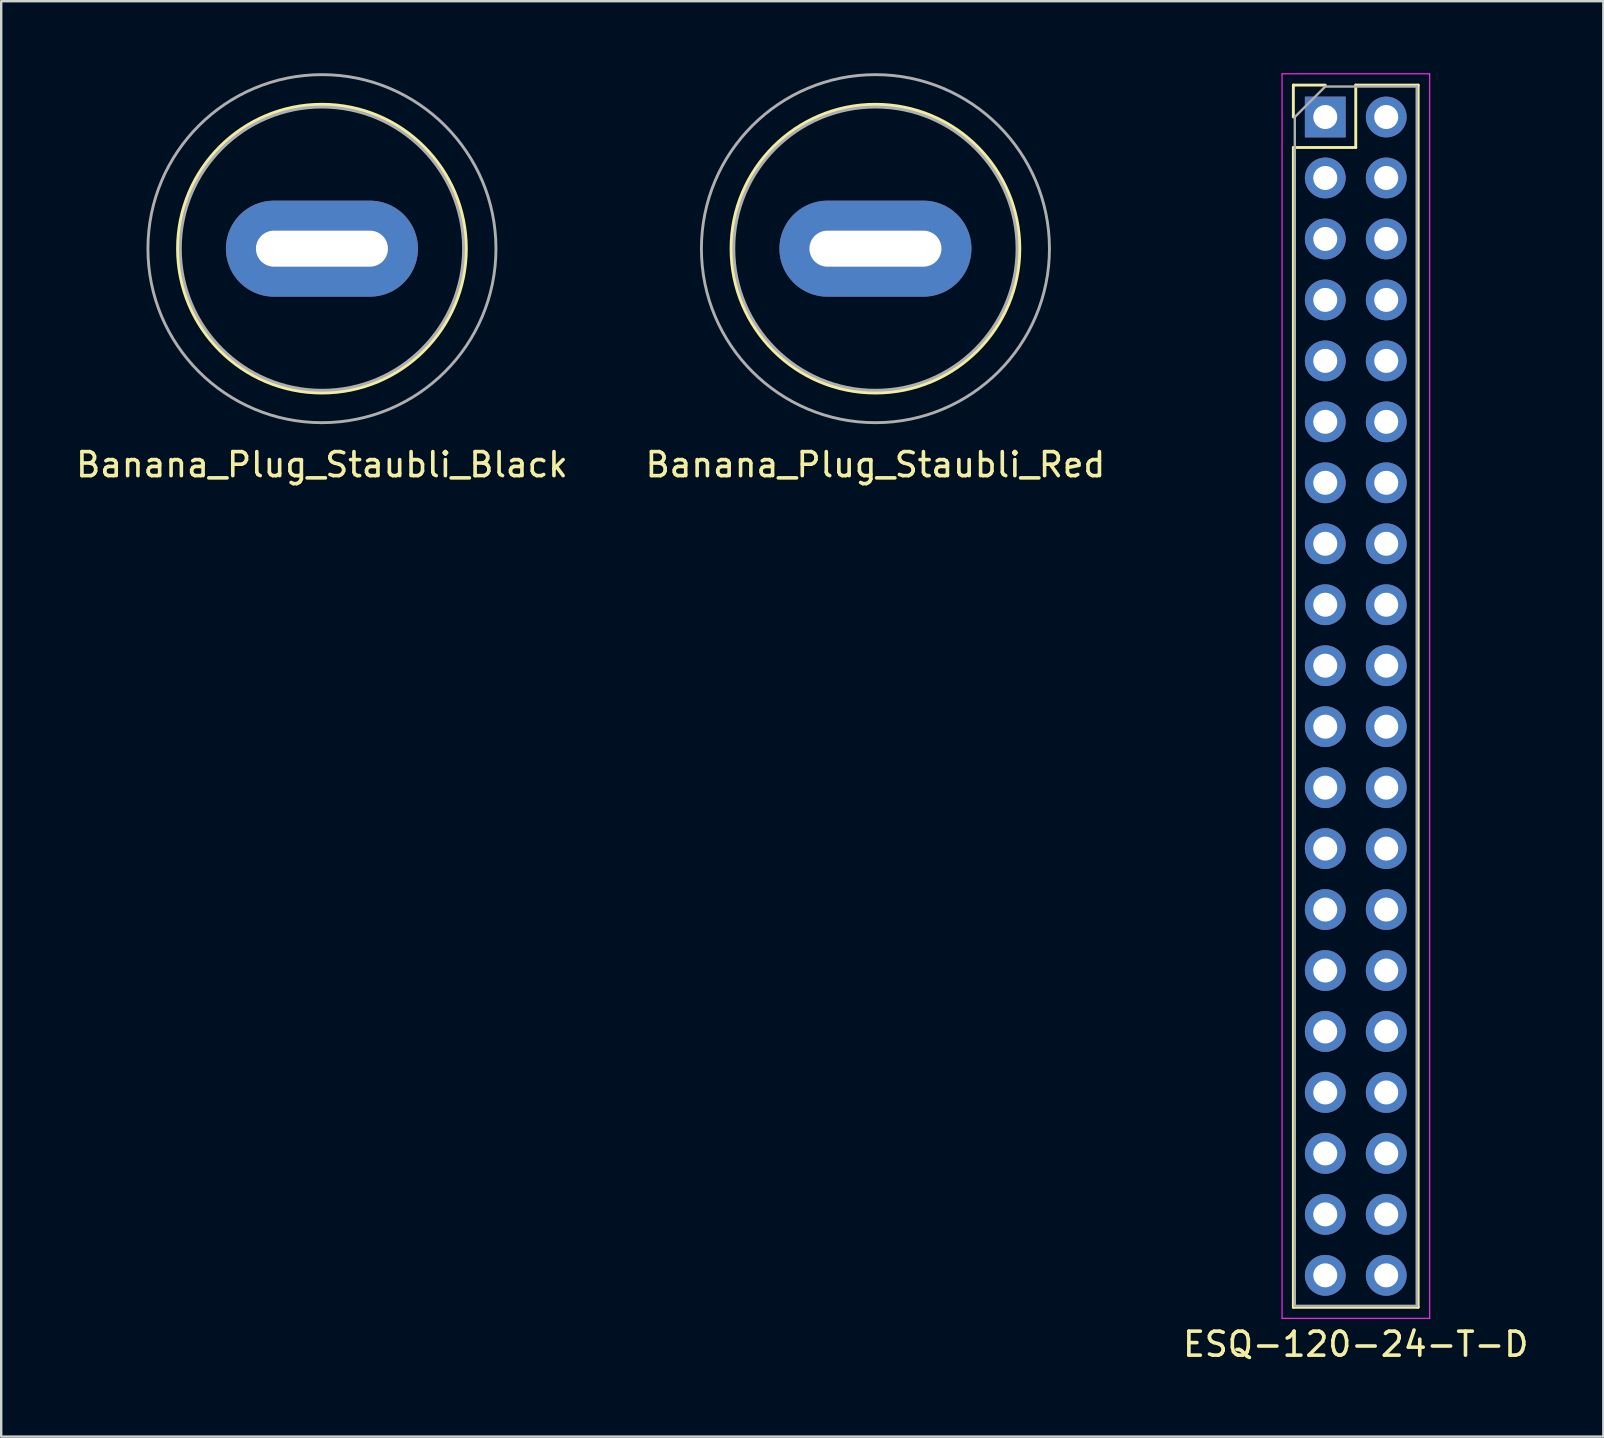
<source format=kicad_pcb>
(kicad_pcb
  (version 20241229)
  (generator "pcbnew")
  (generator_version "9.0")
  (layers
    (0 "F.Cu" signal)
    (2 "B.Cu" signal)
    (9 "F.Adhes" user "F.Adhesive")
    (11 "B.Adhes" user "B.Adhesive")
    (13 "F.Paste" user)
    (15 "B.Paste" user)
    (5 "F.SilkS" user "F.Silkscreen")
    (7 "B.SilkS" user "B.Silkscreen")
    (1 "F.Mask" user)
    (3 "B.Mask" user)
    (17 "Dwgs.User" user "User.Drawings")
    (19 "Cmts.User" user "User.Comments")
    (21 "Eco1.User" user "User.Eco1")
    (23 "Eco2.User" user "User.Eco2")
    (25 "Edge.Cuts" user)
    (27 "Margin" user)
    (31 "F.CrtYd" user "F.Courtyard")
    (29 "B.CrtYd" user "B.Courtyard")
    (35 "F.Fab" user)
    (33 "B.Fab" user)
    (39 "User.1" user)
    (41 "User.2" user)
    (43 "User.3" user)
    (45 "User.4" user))
  (footprint "Banana_Plug_Staubli_Black"
    (layer "F.Cu")
    (at 10.363 7.31)
    (property "Reference" "Banana_Plug_Staubli_Black" (at 0 9 0) (layer "F.SilkS") (effects (font (size 1 1) (thickness 0.15))))
    (attr through_hole)
    (fp_circle (center 0 0) (end 6 0) (stroke (width 0.15) (type solid)) (fill no) (layer "F.SilkS"))
    (fp_circle (center 0 0) (end 5.9 0) (stroke (width 0.12) (type solid)) (fill no) (layer "F.Fab"))
    (fp_circle (center 0 0) (end 7.25 0) (stroke (width 0.12) (type solid)) (fill no) (layer "F.Fab"))
    (pad "1" thru_hole oval (at 0 0) (size 8 4) (drill oval 5.5 1.5) (layers "*.Cu" "*.Mask")))
  (footprint "ESQ-120-24-T-D"
    (layer "F.Cu")
    (at 53.435 25.955)
    (property "Reference" "ESQ-120-24-T-D" (at 0 27 0) (layer "F.SilkS") (effects (font (size 1 1) (thickness 0.15))))
    (attr through_hole)
    (fp_line (start -2.6 -25.46) (end -1.27 -25.46) (stroke (width 0.12) (type solid)) (layer "F.SilkS"))
    (fp_line (start -2.6 -24.13) (end -2.6 -25.46) (stroke (width 0.12) (type solid)) (layer "F.SilkS"))
    (fp_line (start -2.6 -22.86) (end -2.6 25.46) (stroke (width 0.12) (type solid)) (layer "F.SilkS"))
    (fp_line (start -2.6 -22.86) (end 0 -22.86) (stroke (width 0.12) (type solid)) (layer "F.SilkS"))
    (fp_line (start -2.6 25.46) (end 2.6 25.46) (stroke (width 0.12) (type solid)) (layer "F.SilkS"))
    (fp_line (start 0 -25.46) (end 2.6 -25.46) (stroke (width 0.12) (type solid)) (layer "F.SilkS"))
    (fp_line (start 0 -22.86) (end 0 -25.46) (stroke (width 0.12) (type solid)) (layer "F.SilkS"))
    (fp_line (start 2.6 -25.46) (end 2.6 25.46) (stroke (width 0.12) (type solid)) (layer "F.SilkS"))
    (fp_line (start -3.07 -25.93) (end -3.07 25.92) (stroke (width 0.05) (type solid)) (layer "F.CrtYd"))
    (fp_line (start -3.07 25.92) (end 3.08 25.92) (stroke (width 0.05) (type solid)) (layer "F.CrtYd"))
    (fp_line (start 3.08 -25.93) (end -3.07 -25.93) (stroke (width 0.05) (type solid)) (layer "F.CrtYd"))
    (fp_line (start 3.08 25.92) (end 3.08 -25.93) (stroke (width 0.05) (type solid)) (layer "F.CrtYd"))
    (fp_line (start -2.54 -24.13) (end -1.27 -25.4) (stroke (width 0.1) (type solid)) (layer "F.Fab"))
    (fp_line (start -2.54 25.4) (end -2.54 -24.13) (stroke (width 0.1) (type solid)) (layer "F.Fab"))
    (fp_line (start -1.27 -25.4) (end 2.54 -25.4) (stroke (width 0.1) (type solid)) (layer "F.Fab"))
    (fp_line (start 2.54 -25.4) (end 2.54 25.4) (stroke (width 0.1) (type solid)) (layer "F.Fab"))
    (fp_line (start 2.54 25.4) (end -2.54 25.4) (stroke (width 0.1) (type solid)) (layer "F.Fab"))
    (pad "1" thru_hole rect (at -1.27 -24.13) (size 1.7 1.7) (drill 1) (layers "*.Cu" "*.Mask"))
    (pad "2" thru_hole oval (at 1.27 -24.13) (size 1.7 1.7) (drill 1) (layers "*.Cu" "*.Mask"))
    (pad "3" thru_hole oval (at -1.27 -21.59) (size 1.7 1.7) (drill 1) (layers "*.Cu" "*.Mask"))
    (pad "4" thru_hole oval (at 1.27 -21.59) (size 1.7 1.7) (drill 1) (layers "*.Cu" "*.Mask"))
    (pad "5" thru_hole oval (at -1.27 -19.05) (size 1.7 1.7) (drill 1) (layers "*.Cu" "*.Mask"))
    (pad "6" thru_hole oval (at 1.27 -19.05) (size 1.7 1.7) (drill 1) (layers "*.Cu" "*.Mask"))
    (pad "7" thru_hole oval (at -1.27 -16.51) (size 1.7 1.7) (drill 1) (layers "*.Cu" "*.Mask"))
    (pad "8" thru_hole oval (at 1.27 -16.51) (size 1.7 1.7) (drill 1) (layers "*.Cu" "*.Mask"))
    (pad "9" thru_hole oval (at -1.27 -13.97) (size 1.7 1.7) (drill 1) (layers "*.Cu" "*.Mask"))
    (pad "10" thru_hole oval (at 1.27 -13.97) (size 1.7 1.7) (drill 1) (layers "*.Cu" "*.Mask"))
    (pad "11" thru_hole oval (at -1.27 -11.43) (size 1.7 1.7) (drill 1) (layers "*.Cu" "*.Mask"))
    (pad "12" thru_hole oval (at 1.27 -11.43) (size 1.7 1.7) (drill 1) (layers "*.Cu" "*.Mask"))
    (pad "13" thru_hole oval (at -1.27 -8.89) (size 1.7 1.7) (drill 1) (layers "*.Cu" "*.Mask"))
    (pad "14" thru_hole oval (at 1.27 -8.89) (size 1.7 1.7) (drill 1) (layers "*.Cu" "*.Mask"))
    (pad "15" thru_hole oval (at -1.27 -6.35) (size 1.7 1.7) (drill 1) (layers "*.Cu" "*.Mask"))
    (pad "16" thru_hole oval (at 1.27 -6.35) (size 1.7 1.7) (drill 1) (layers "*.Cu" "*.Mask"))
    (pad "17" thru_hole oval (at -1.27 -3.81) (size 1.7 1.7) (drill 1) (layers "*.Cu" "*.Mask"))
    (pad "18" thru_hole oval (at 1.27 -3.81) (size 1.7 1.7) (drill 1) (layers "*.Cu" "*.Mask"))
    (pad "19" thru_hole oval (at -1.27 -1.27) (size 1.7 1.7) (drill 1) (layers "*.Cu" "*.Mask"))
    (pad "20" thru_hole oval (at 1.27 -1.27) (size 1.7 1.7) (drill 1) (layers "*.Cu" "*.Mask"))
    (pad "21" thru_hole oval (at -1.27 1.27) (size 1.7 1.7) (drill 1) (layers "*.Cu" "*.Mask"))
    (pad "22" thru_hole oval (at 1.27 1.27) (size 1.7 1.7) (drill 1) (layers "*.Cu" "*.Mask"))
    (pad "23" thru_hole oval (at -1.27 3.81) (size 1.7 1.7) (drill 1) (layers "*.Cu" "*.Mask"))
    (pad "24" thru_hole oval (at 1.27 3.81) (size 1.7 1.7) (drill 1) (layers "*.Cu" "*.Mask"))
    (pad "25" thru_hole oval (at -1.27 6.35) (size 1.7 1.7) (drill 1) (layers "*.Cu" "*.Mask"))
    (pad "26" thru_hole oval (at 1.27 6.35) (size 1.7 1.7) (drill 1) (layers "*.Cu" "*.Mask"))
    (pad "27" thru_hole oval (at -1.27 8.89) (size 1.7 1.7) (drill 1) (layers "*.Cu" "*.Mask"))
    (pad "28" thru_hole oval (at 1.27 8.89) (size 1.7 1.7) (drill 1) (layers "*.Cu" "*.Mask"))
    (pad "29" thru_hole oval (at -1.27 11.43) (size 1.7 1.7) (drill 1) (layers "*.Cu" "*.Mask"))
    (pad "30" thru_hole oval (at 1.27 11.43) (size 1.7 1.7) (drill 1) (layers "*.Cu" "*.Mask"))
    (pad "31" thru_hole oval (at -1.27 13.97) (size 1.7 1.7) (drill 1) (layers "*.Cu" "*.Mask"))
    (pad "32" thru_hole oval (at 1.27 13.97) (size 1.7 1.7) (drill 1) (layers "*.Cu" "*.Mask"))
    (pad "33" thru_hole oval (at -1.27 16.51) (size 1.7 1.7) (drill 1) (layers "*.Cu" "*.Mask"))
    (pad "34" thru_hole oval (at 1.27 16.51) (size 1.7 1.7) (drill 1) (layers "*.Cu" "*.Mask"))
    (pad "35" thru_hole oval (at -1.27 19.05) (size 1.7 1.7) (drill 1) (layers "*.Cu" "*.Mask"))
    (pad "36" thru_hole oval (at 1.27 19.05) (size 1.7 1.7) (drill 1) (layers "*.Cu" "*.Mask"))
    (pad "37" thru_hole oval (at -1.27 21.59) (size 1.7 1.7) (drill 1) (layers "*.Cu" "*.Mask"))
    (pad "38" thru_hole oval (at 1.27 21.59) (size 1.7 1.7) (drill 1) (layers "*.Cu" "*.Mask"))
    (pad "39" thru_hole oval (at -1.27 24.13) (size 1.7 1.7) (drill 1) (layers "*.Cu" "*.Mask"))
    (pad "40" thru_hole oval (at 1.27 24.13) (size 1.7 1.7) (drill 1) (layers "*.Cu" "*.Mask")))
  (footprint "Banana_Plug_Staubli_Red"
    (layer "F.Cu")
    (at 33.423 7.31)
    (property "Reference" "Banana_Plug_Staubli_Red" (at 0 9 0) (layer "F.SilkS") (effects (font (size 1 1) (thickness 0.15))))
    (attr through_hole)
    (fp_circle (center 0 0) (end 6 0) (stroke (width 0.15) (type solid)) (fill no) (layer "F.SilkS"))
    (fp_circle (center 0 0) (end 5.9 0) (stroke (width 0.12) (type solid)) (fill no) (layer "F.Fab"))
    (fp_circle (center 0 0) (end 7.25 0) (stroke (width 0.12) (type solid)) (fill no) (layer "F.Fab"))
    (pad "1" thru_hole oval (at 0 0) (size 8 4) (drill oval 5.5 1.5) (layers "*.Cu" "*.Mask")))
  (gr_rect
    (start -3 -3)
    (end 63.75 56.803)
    (stroke (width 0.1) (type default))
    (fill no)
    (layer "Edge.Cuts")))
</source>
